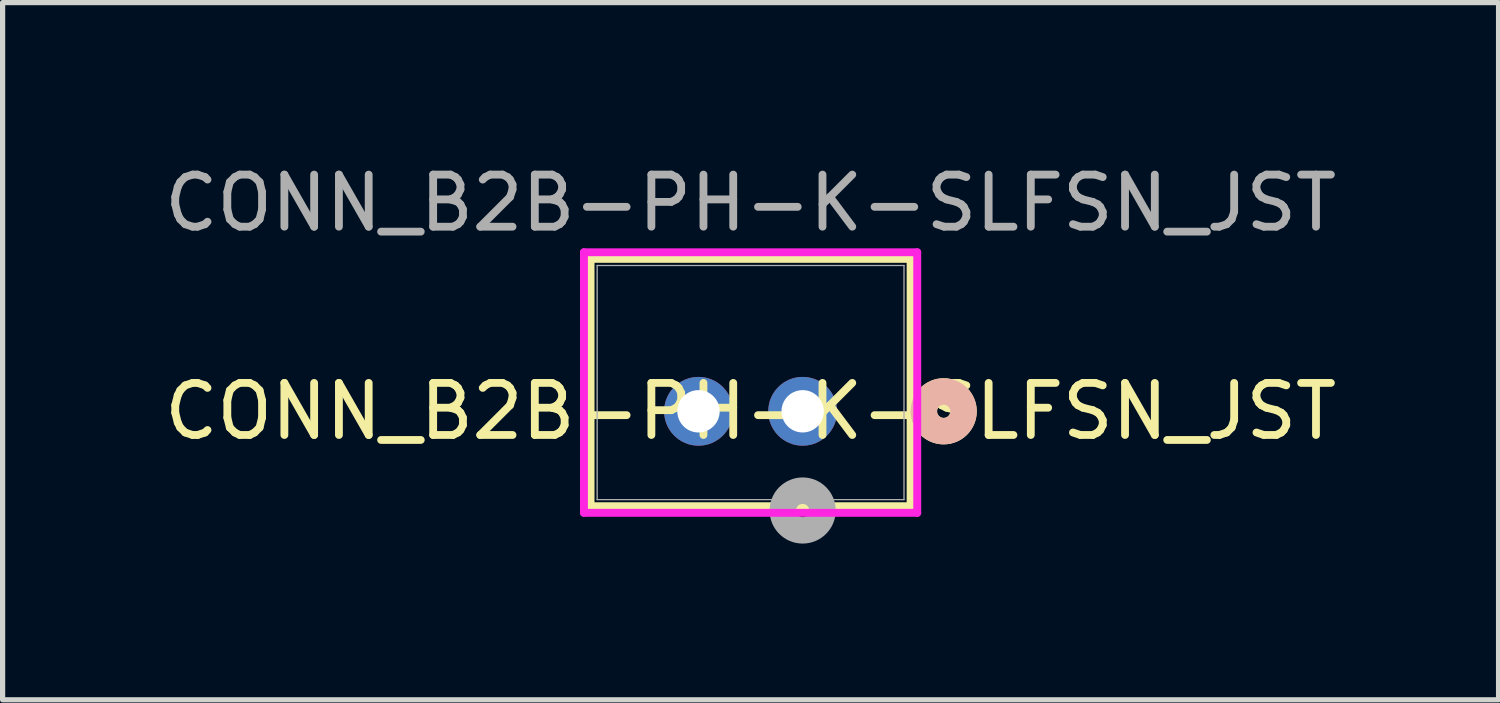
<source format=kicad_pcb>
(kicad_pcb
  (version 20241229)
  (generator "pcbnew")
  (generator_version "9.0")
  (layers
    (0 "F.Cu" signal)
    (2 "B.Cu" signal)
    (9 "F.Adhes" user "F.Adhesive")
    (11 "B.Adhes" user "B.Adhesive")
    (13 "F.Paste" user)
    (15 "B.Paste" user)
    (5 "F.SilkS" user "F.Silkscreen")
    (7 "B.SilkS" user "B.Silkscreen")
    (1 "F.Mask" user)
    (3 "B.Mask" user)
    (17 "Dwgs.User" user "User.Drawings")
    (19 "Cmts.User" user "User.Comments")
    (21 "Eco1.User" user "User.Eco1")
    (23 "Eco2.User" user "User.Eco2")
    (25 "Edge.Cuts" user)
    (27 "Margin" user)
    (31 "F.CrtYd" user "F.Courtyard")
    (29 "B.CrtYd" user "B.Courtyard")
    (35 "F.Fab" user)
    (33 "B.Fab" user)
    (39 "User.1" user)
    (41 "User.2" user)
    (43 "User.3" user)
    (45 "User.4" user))
  (footprint "CONN_B2B-PH-K-SLFSN_JST"
    (layer "F.Cu")
    (at 12.363 4.848)
    (property "Reference" "CONN_B2B-PH-K-SLFSN_JST" (at -1 0 0) (unlocked yes) (layer "F.SilkS") (effects (font (size 1 1) (thickness 0.15))))
    (attr through_hole)
    (fp_line (start -4.073 -2.927) (end -4.073 1.823) (stroke (width 0.152) (type solid)) (layer "F.SilkS"))
    (fp_line (start -4.073 1.823) (end 2.073 1.823) (stroke (width 0.152) (type solid)) (layer "F.SilkS"))
    (fp_line (start 2.073 -2.927) (end -4.073 -2.927) (stroke (width 0.152) (type solid)) (layer "F.SilkS"))
    (fp_line (start 2.073 1.823) (end 2.073 -2.927) (stroke (width 0.152) (type solid)) (layer "F.SilkS"))
    (fp_circle (center 2.708 0) (end 3.089 0) (stroke (width 0.508) (type solid)) (fill no) (layer "F.SilkS"))
    (fp_circle (center 2.708 0) (end 3.089 0) (stroke (width 0.508) (type solid)) (fill no) (layer "B.SilkS"))
    (fp_line (start -4.2 -3.054) (end -4.2 1.95) (stroke (width 0.152) (type solid)) (layer "F.CrtYd"))
    (fp_line (start -4.2 1.95) (end 2.2 1.95) (stroke (width 0.152) (type solid)) (layer "F.CrtYd"))
    (fp_line (start 2.2 -3.054) (end -4.2 -3.054) (stroke (width 0.152) (type solid)) (layer "F.CrtYd"))
    (fp_line (start 2.2 1.95) (end 2.2 -3.054) (stroke (width 0.152) (type solid)) (layer "F.CrtYd"))
    (fp_line (start -3.946 -2.8) (end -3.946 1.696) (stroke (width 0.025) (type solid)) (layer "F.Fab"))
    (fp_line (start -3.946 1.696) (end 1.946 1.696) (stroke (width 0.025) (type solid)) (layer "F.Fab"))
    (fp_line (start 1.946 -2.8) (end -3.946 -2.8) (stroke (width 0.025) (type solid)) (layer "F.Fab"))
    (fp_line (start 1.946 1.696) (end 1.946 -2.8) (stroke (width 0.025) (type solid)) (layer "F.Fab"))
    (fp_circle (center 0 1.905) (end 0.381 1.905) (stroke (width 0.508) (type solid)) (fill no) (layer "F.Fab"))
    (fp_text user "${REFERENCE}" (at -1 -4 0) (unlocked yes) (layer "F.Fab") (effects (font (size 1 1) (thickness 0.15))))
    (pad "1" thru_hole circle (at 0 0) (size 1.321 1.321) (drill 0.813) (layers "*.Cu" "*.Mask"))
    (pad "2" thru_hole circle (at -2 0) (size 1.321 1.321) (drill 0.813) (layers "*.Cu" "*.Mask")))
  (gr_rect
    (start -3 -3)
    (end 25.726 10.388)
    (stroke (width 0.1) (type default))
    (fill no)
    (layer "Edge.Cuts")))
</source>
